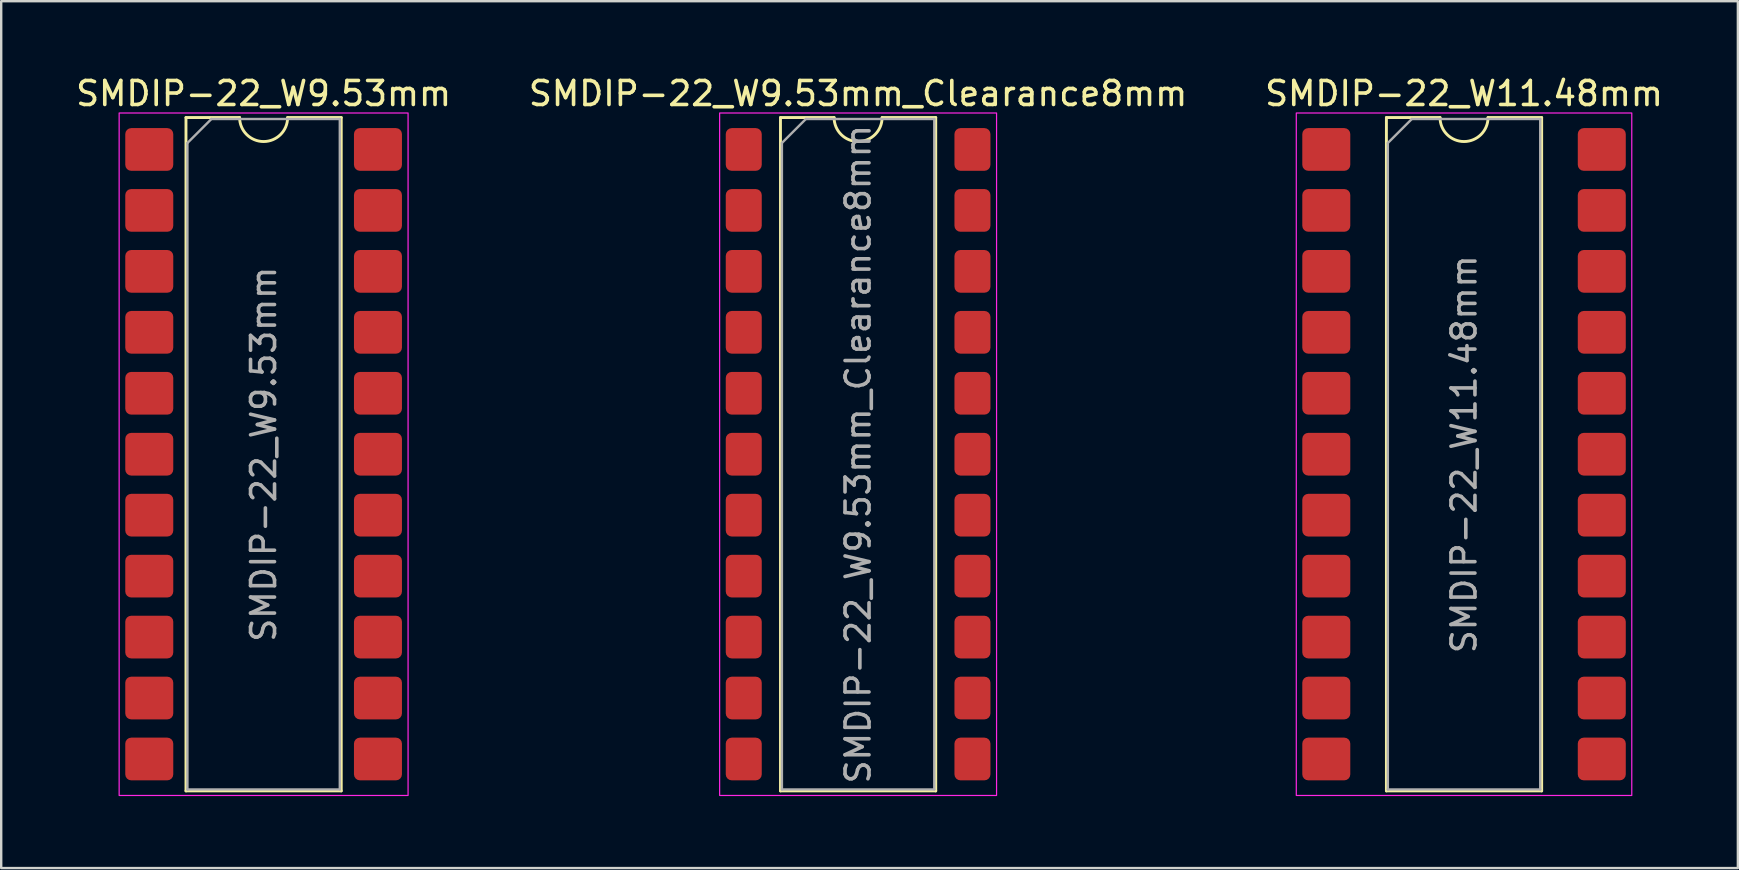
<source format=kicad_pcb>
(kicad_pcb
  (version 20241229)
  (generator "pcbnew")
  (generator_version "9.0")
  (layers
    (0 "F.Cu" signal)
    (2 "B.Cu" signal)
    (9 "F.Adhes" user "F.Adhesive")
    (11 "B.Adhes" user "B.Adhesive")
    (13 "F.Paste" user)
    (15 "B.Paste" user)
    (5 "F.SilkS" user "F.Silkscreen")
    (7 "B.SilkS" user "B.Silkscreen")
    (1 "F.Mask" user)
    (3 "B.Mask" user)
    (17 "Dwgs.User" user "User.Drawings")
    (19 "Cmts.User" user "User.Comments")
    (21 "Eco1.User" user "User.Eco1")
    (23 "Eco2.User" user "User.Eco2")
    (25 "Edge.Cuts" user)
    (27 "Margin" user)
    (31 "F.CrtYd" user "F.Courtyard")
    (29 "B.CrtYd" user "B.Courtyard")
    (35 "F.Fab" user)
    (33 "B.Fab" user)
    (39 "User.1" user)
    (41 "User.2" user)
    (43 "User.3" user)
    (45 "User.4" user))
  (footprint "SMDIP-22_W9.53mm_Clearance8mm"
    (layer "F.Cu")
    (at 32.708 15.878)
    (property "Reference" "SMDIP-22_W9.53mm_Clearance8mm" (at 0 -15.03 0) (layer "F.SilkS") (effects (font (size 1 1) (thickness 0.15))))
    (attr smd)
    (fp_line (start -3.235 -14.03) (end -3.235 14.03) (stroke (width 0.12) (type solid)) (layer "F.SilkS"))
    (fp_line (start -3.235 14.03) (end 3.235 14.03) (stroke (width 0.12) (type solid)) (layer "F.SilkS"))
    (fp_line (start -1 -14.03) (end -3.235 -14.03) (stroke (width 0.12) (type solid)) (layer "F.SilkS"))
    (fp_line (start 3.235 -14.03) (end 1 -14.03) (stroke (width 0.12) (type solid)) (layer "F.SilkS"))
    (fp_line (start 3.235 14.03) (end 3.235 -14.03) (stroke (width 0.12) (type solid)) (layer "F.SilkS"))
    (fp_arc (start 1 -14.03) (mid 0 -13.03) (end -1 -14.03) (stroke (width 0.12) (type solid)) (layer "F.SilkS"))
    (fp_rect (start -5.77 -14.22) (end 5.77 14.22) (stroke (width 0.05) (type solid)) (fill no) (layer "F.CrtYd"))
    (fp_line (start -3.175 -12.97) (end -2.175 -13.97) (stroke (width 0.1) (type solid)) (layer "F.Fab"))
    (fp_line (start -3.175 13.97) (end -3.175 -12.97) (stroke (width 0.1) (type solid)) (layer "F.Fab"))
    (fp_line (start -2.175 -13.97) (end 3.175 -13.97) (stroke (width 0.1) (type solid)) (layer "F.Fab"))
    (fp_line (start 3.175 -13.97) (end 3.175 13.97) (stroke (width 0.1) (type solid)) (layer "F.Fab"))
    (fp_line (start 3.175 13.97) (end -3.175 13.97) (stroke (width 0.1) (type solid)) (layer "F.Fab"))
    (fp_text user "${REFERENCE}" (at 0 0 90) (layer "F.Fab") (effects (font (size 1 1) (thickness 0.15))))
    (pad "1" smd roundrect (at -4.765 -12.7) (size 1.5 1.78) (layers "F.Cu" "F.Mask" "F.Paste") (roundrect_rratio 0.167))
    (pad "2" smd roundrect (at -4.765 -10.16) (size 1.5 1.78) (layers "F.Cu" "F.Mask" "F.Paste") (roundrect_rratio 0.167))
    (pad "3" smd roundrect (at -4.765 -7.62) (size 1.5 1.78) (layers "F.Cu" "F.Mask" "F.Paste") (roundrect_rratio 0.167))
    (pad "4" smd roundrect (at -4.765 -5.08) (size 1.5 1.78) (layers "F.Cu" "F.Mask" "F.Paste") (roundrect_rratio 0.167))
    (pad "5" smd roundrect (at -4.765 -2.54) (size 1.5 1.78) (layers "F.Cu" "F.Mask" "F.Paste") (roundrect_rratio 0.167))
    (pad "6" smd roundrect (at -4.765 0) (size 1.5 1.78) (layers "F.Cu" "F.Mask" "F.Paste") (roundrect_rratio 0.167))
    (pad "7" smd roundrect (at -4.765 2.54) (size 1.5 1.78) (layers "F.Cu" "F.Mask" "F.Paste") (roundrect_rratio 0.167))
    (pad "8" smd roundrect (at -4.765 5.08) (size 1.5 1.78) (layers "F.Cu" "F.Mask" "F.Paste") (roundrect_rratio 0.167))
    (pad "9" smd roundrect (at -4.765 7.62) (size 1.5 1.78) (layers "F.Cu" "F.Mask" "F.Paste") (roundrect_rratio 0.167))
    (pad "10" smd roundrect (at -4.765 10.16) (size 1.5 1.78) (layers "F.Cu" "F.Mask" "F.Paste") (roundrect_rratio 0.167))
    (pad "11" smd roundrect (at -4.765 12.7) (size 1.5 1.78) (layers "F.Cu" "F.Mask" "F.Paste") (roundrect_rratio 0.167))
    (pad "12" smd roundrect (at 4.765 12.7) (size 1.5 1.78) (layers "F.Cu" "F.Mask" "F.Paste") (roundrect_rratio 0.167))
    (pad "13" smd roundrect (at 4.765 10.16) (size 1.5 1.78) (layers "F.Cu" "F.Mask" "F.Paste") (roundrect_rratio 0.167))
    (pad "14" smd roundrect (at 4.765 7.62) (size 1.5 1.78) (layers "F.Cu" "F.Mask" "F.Paste") (roundrect_rratio 0.167))
    (pad "15" smd roundrect (at 4.765 5.08) (size 1.5 1.78) (layers "F.Cu" "F.Mask" "F.Paste") (roundrect_rratio 0.167))
    (pad "16" smd roundrect (at 4.765 2.54) (size 1.5 1.78) (layers "F.Cu" "F.Mask" "F.Paste") (roundrect_rratio 0.167))
    (pad "17" smd roundrect (at 4.765 0) (size 1.5 1.78) (layers "F.Cu" "F.Mask" "F.Paste") (roundrect_rratio 0.167))
    (pad "18" smd roundrect (at 4.765 -2.54) (size 1.5 1.78) (layers "F.Cu" "F.Mask" "F.Paste") (roundrect_rratio 0.167))
    (pad "19" smd roundrect (at 4.765 -5.08) (size 1.5 1.78) (layers "F.Cu" "F.Mask" "F.Paste") (roundrect_rratio 0.167))
    (pad "20" smd roundrect (at 4.765 -7.62) (size 1.5 1.78) (layers "F.Cu" "F.Mask" "F.Paste") (roundrect_rratio 0.167))
    (pad "21" smd roundrect (at 4.765 -10.16) (size 1.5 1.78) (layers "F.Cu" "F.Mask" "F.Paste") (roundrect_rratio 0.167))
    (pad "22" smd roundrect (at 4.765 -12.7) (size 1.5 1.78) (layers "F.Cu" "F.Mask" "F.Paste") (roundrect_rratio 0.167)))
  (footprint "SMDIP-22_W9.53mm"
    (layer "F.Cu")
    (at 7.935 15.878)
    (property "Reference" "SMDIP-22_W9.53mm" (at 0 -15.03 0) (layer "F.SilkS") (effects (font (size 1 1) (thickness 0.15))))
    (attr smd)
    (fp_line (start -3.235 -14.03) (end -3.235 14.03) (stroke (width 0.12) (type solid)) (layer "F.SilkS"))
    (fp_line (start -3.235 14.03) (end 3.235 14.03) (stroke (width 0.12) (type solid)) (layer "F.SilkS"))
    (fp_line (start -1 -14.03) (end -3.235 -14.03) (stroke (width 0.12) (type solid)) (layer "F.SilkS"))
    (fp_line (start 3.235 -14.03) (end 1 -14.03) (stroke (width 0.12) (type solid)) (layer "F.SilkS"))
    (fp_line (start 3.235 14.03) (end 3.235 -14.03) (stroke (width 0.12) (type solid)) (layer "F.SilkS"))
    (fp_arc (start 1 -14.03) (mid 0 -13.03) (end -1 -14.03) (stroke (width 0.12) (type solid)) (layer "F.SilkS"))
    (fp_rect (start -6.02 -14.22) (end 6.02 14.22) (stroke (width 0.05) (type solid)) (fill no) (layer "F.CrtYd"))
    (fp_line (start -3.175 -12.97) (end -2.175 -13.97) (stroke (width 0.1) (type solid)) (layer "F.Fab"))
    (fp_line (start -3.175 13.97) (end -3.175 -12.97) (stroke (width 0.1) (type solid)) (layer "F.Fab"))
    (fp_line (start -2.175 -13.97) (end 3.175 -13.97) (stroke (width 0.1) (type solid)) (layer "F.Fab"))
    (fp_line (start 3.175 -13.97) (end 3.175 13.97) (stroke (width 0.1) (type solid)) (layer "F.Fab"))
    (fp_line (start 3.175 13.97) (end -3.175 13.97) (stroke (width 0.1) (type solid)) (layer "F.Fab"))
    (fp_text user "${REFERENCE}" (at 0 0 90) (layer "F.Fab") (effects (font (size 1 1) (thickness 0.15))))
    (pad "1" smd roundrect (at -4.765 -12.7) (size 2 1.78) (layers "F.Cu" "F.Mask" "F.Paste") (roundrect_rratio 0.14))
    (pad "2" smd roundrect (at -4.765 -10.16) (size 2 1.78) (layers "F.Cu" "F.Mask" "F.Paste") (roundrect_rratio 0.14))
    (pad "3" smd roundrect (at -4.765 -7.62) (size 2 1.78) (layers "F.Cu" "F.Mask" "F.Paste") (roundrect_rratio 0.14))
    (pad "4" smd roundrect (at -4.765 -5.08) (size 2 1.78) (layers "F.Cu" "F.Mask" "F.Paste") (roundrect_rratio 0.14))
    (pad "5" smd roundrect (at -4.765 -2.54) (size 2 1.78) (layers "F.Cu" "F.Mask" "F.Paste") (roundrect_rratio 0.14))
    (pad "6" smd roundrect (at -4.765 0) (size 2 1.78) (layers "F.Cu" "F.Mask" "F.Paste") (roundrect_rratio 0.14))
    (pad "7" smd roundrect (at -4.765 2.54) (size 2 1.78) (layers "F.Cu" "F.Mask" "F.Paste") (roundrect_rratio 0.14))
    (pad "8" smd roundrect (at -4.765 5.08) (size 2 1.78) (layers "F.Cu" "F.Mask" "F.Paste") (roundrect_rratio 0.14))
    (pad "9" smd roundrect (at -4.765 7.62) (size 2 1.78) (layers "F.Cu" "F.Mask" "F.Paste") (roundrect_rratio 0.14))
    (pad "10" smd roundrect (at -4.765 10.16) (size 2 1.78) (layers "F.Cu" "F.Mask" "F.Paste") (roundrect_rratio 0.14))
    (pad "11" smd roundrect (at -4.765 12.7) (size 2 1.78) (layers "F.Cu" "F.Mask" "F.Paste") (roundrect_rratio 0.14))
    (pad "12" smd roundrect (at 4.765 12.7) (size 2 1.78) (layers "F.Cu" "F.Mask" "F.Paste") (roundrect_rratio 0.14))
    (pad "13" smd roundrect (at 4.765 10.16) (size 2 1.78) (layers "F.Cu" "F.Mask" "F.Paste") (roundrect_rratio 0.14))
    (pad "14" smd roundrect (at 4.765 7.62) (size 2 1.78) (layers "F.Cu" "F.Mask" "F.Paste") (roundrect_rratio 0.14))
    (pad "15" smd roundrect (at 4.765 5.08) (size 2 1.78) (layers "F.Cu" "F.Mask" "F.Paste") (roundrect_rratio 0.14))
    (pad "16" smd roundrect (at 4.765 2.54) (size 2 1.78) (layers "F.Cu" "F.Mask" "F.Paste") (roundrect_rratio 0.14))
    (pad "17" smd roundrect (at 4.765 0) (size 2 1.78) (layers "F.Cu" "F.Mask" "F.Paste") (roundrect_rratio 0.14))
    (pad "18" smd roundrect (at 4.765 -2.54) (size 2 1.78) (layers "F.Cu" "F.Mask" "F.Paste") (roundrect_rratio 0.14))
    (pad "19" smd roundrect (at 4.765 -5.08) (size 2 1.78) (layers "F.Cu" "F.Mask" "F.Paste") (roundrect_rratio 0.14))
    (pad "20" smd roundrect (at 4.765 -7.62) (size 2 1.78) (layers "F.Cu" "F.Mask" "F.Paste") (roundrect_rratio 0.14))
    (pad "21" smd roundrect (at 4.765 -10.16) (size 2 1.78) (layers "F.Cu" "F.Mask" "F.Paste") (roundrect_rratio 0.14))
    (pad "22" smd roundrect (at 4.765 -12.7) (size 2 1.78) (layers "F.Cu" "F.Mask" "F.Paste") (roundrect_rratio 0.14)))
  (footprint "SMDIP-22_W11.48mm"
    (layer "F.Cu")
    (at 57.958 15.878)
    (property "Reference" "SMDIP-22_W11.48mm" (at 0 -15.03 0) (layer "F.SilkS") (effects (font (size 1 1) (thickness 0.15))))
    (attr smd)
    (fp_line (start -3.235 -14.03) (end -3.235 14.03) (stroke (width 0.12) (type solid)) (layer "F.SilkS"))
    (fp_line (start -3.235 14.03) (end 3.235 14.03) (stroke (width 0.12) (type solid)) (layer "F.SilkS"))
    (fp_line (start -1 -14.03) (end -3.235 -14.03) (stroke (width 0.12) (type solid)) (layer "F.SilkS"))
    (fp_line (start 3.235 -14.03) (end 1 -14.03) (stroke (width 0.12) (type solid)) (layer "F.SilkS"))
    (fp_line (start 3.235 14.03) (end 3.235 -14.03) (stroke (width 0.12) (type solid)) (layer "F.SilkS"))
    (fp_arc (start 1 -14.03) (mid 0 -13.03) (end -1 -14.03) (stroke (width 0.12) (type solid)) (layer "F.SilkS"))
    (fp_rect (start -6.99 -14.22) (end 6.99 14.22) (stroke (width 0.05) (type solid)) (fill no) (layer "F.CrtYd"))
    (fp_line (start -3.175 -12.97) (end -2.175 -13.97) (stroke (width 0.1) (type solid)) (layer "F.Fab"))
    (fp_line (start -3.175 13.97) (end -3.175 -12.97) (stroke (width 0.1) (type solid)) (layer "F.Fab"))
    (fp_line (start -2.175 -13.97) (end 3.175 -13.97) (stroke (width 0.1) (type solid)) (layer "F.Fab"))
    (fp_line (start 3.175 -13.97) (end 3.175 13.97) (stroke (width 0.1) (type solid)) (layer "F.Fab"))
    (fp_line (start 3.175 13.97) (end -3.175 13.97) (stroke (width 0.1) (type solid)) (layer "F.Fab"))
    (fp_text user "${REFERENCE}" (at 0 0 90) (layer "F.Fab") (effects (font (size 1 1) (thickness 0.15))))
    (pad "1" smd roundrect (at -5.74 -12.7) (size 2 1.78) (layers "F.Cu" "F.Mask" "F.Paste") (roundrect_rratio 0.14))
    (pad "2" smd roundrect (at -5.74 -10.16) (size 2 1.78) (layers "F.Cu" "F.Mask" "F.Paste") (roundrect_rratio 0.14))
    (pad "3" smd roundrect (at -5.74 -7.62) (size 2 1.78) (layers "F.Cu" "F.Mask" "F.Paste") (roundrect_rratio 0.14))
    (pad "4" smd roundrect (at -5.74 -5.08) (size 2 1.78) (layers "F.Cu" "F.Mask" "F.Paste") (roundrect_rratio 0.14))
    (pad "5" smd roundrect (at -5.74 -2.54) (size 2 1.78) (layers "F.Cu" "F.Mask" "F.Paste") (roundrect_rratio 0.14))
    (pad "6" smd roundrect (at -5.74 0) (size 2 1.78) (layers "F.Cu" "F.Mask" "F.Paste") (roundrect_rratio 0.14))
    (pad "7" smd roundrect (at -5.74 2.54) (size 2 1.78) (layers "F.Cu" "F.Mask" "F.Paste") (roundrect_rratio 0.14))
    (pad "8" smd roundrect (at -5.74 5.08) (size 2 1.78) (layers "F.Cu" "F.Mask" "F.Paste") (roundrect_rratio 0.14))
    (pad "9" smd roundrect (at -5.74 7.62) (size 2 1.78) (layers "F.Cu" "F.Mask" "F.Paste") (roundrect_rratio 0.14))
    (pad "10" smd roundrect (at -5.74 10.16) (size 2 1.78) (layers "F.Cu" "F.Mask" "F.Paste") (roundrect_rratio 0.14))
    (pad "11" smd roundrect (at -5.74 12.7) (size 2 1.78) (layers "F.Cu" "F.Mask" "F.Paste") (roundrect_rratio 0.14))
    (pad "12" smd roundrect (at 5.74 12.7) (size 2 1.78) (layers "F.Cu" "F.Mask" "F.Paste") (roundrect_rratio 0.14))
    (pad "13" smd roundrect (at 5.74 10.16) (size 2 1.78) (layers "F.Cu" "F.Mask" "F.Paste") (roundrect_rratio 0.14))
    (pad "14" smd roundrect (at 5.74 7.62) (size 2 1.78) (layers "F.Cu" "F.Mask" "F.Paste") (roundrect_rratio 0.14))
    (pad "15" smd roundrect (at 5.74 5.08) (size 2 1.78) (layers "F.Cu" "F.Mask" "F.Paste") (roundrect_rratio 0.14))
    (pad "16" smd roundrect (at 5.74 2.54) (size 2 1.78) (layers "F.Cu" "F.Mask" "F.Paste") (roundrect_rratio 0.14))
    (pad "17" smd roundrect (at 5.74 0) (size 2 1.78) (layers "F.Cu" "F.Mask" "F.Paste") (roundrect_rratio 0.14))
    (pad "18" smd roundrect (at 5.74 -2.54) (size 2 1.78) (layers "F.Cu" "F.Mask" "F.Paste") (roundrect_rratio 0.14))
    (pad "19" smd roundrect (at 5.74 -5.08) (size 2 1.78) (layers "F.Cu" "F.Mask" "F.Paste") (roundrect_rratio 0.14))
    (pad "20" smd roundrect (at 5.74 -7.62) (size 2 1.78) (layers "F.Cu" "F.Mask" "F.Paste") (roundrect_rratio 0.14))
    (pad "21" smd roundrect (at 5.74 -10.16) (size 2 1.78) (layers "F.Cu" "F.Mask" "F.Paste") (roundrect_rratio 0.14))
    (pad "22" smd roundrect (at 5.74 -12.7) (size 2 1.78) (layers "F.Cu" "F.Mask" "F.Paste") (roundrect_rratio 0.14)))
  (gr_rect
    (start -3 -3)
    (end 69.369 33.123)
    (stroke (width 0.1) (type default))
    (fill no)
    (layer "Edge.Cuts")))
</source>
